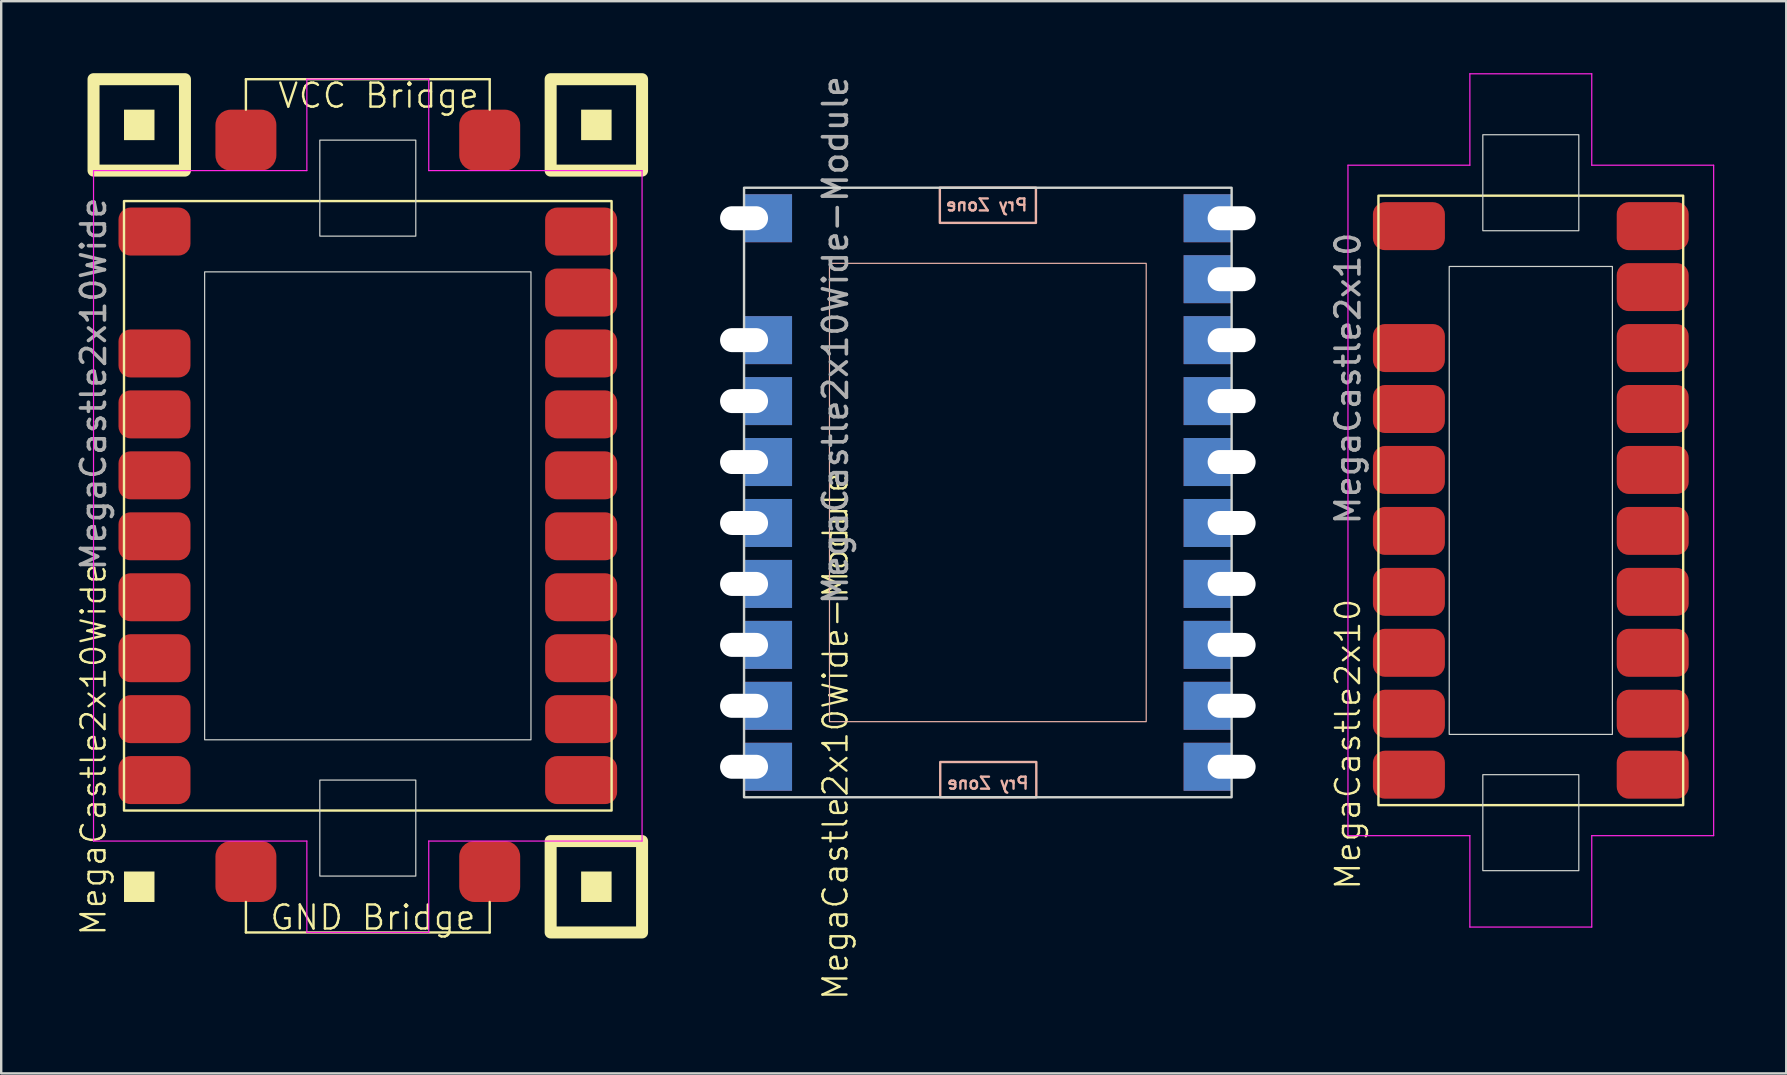
<source format=kicad_pcb>
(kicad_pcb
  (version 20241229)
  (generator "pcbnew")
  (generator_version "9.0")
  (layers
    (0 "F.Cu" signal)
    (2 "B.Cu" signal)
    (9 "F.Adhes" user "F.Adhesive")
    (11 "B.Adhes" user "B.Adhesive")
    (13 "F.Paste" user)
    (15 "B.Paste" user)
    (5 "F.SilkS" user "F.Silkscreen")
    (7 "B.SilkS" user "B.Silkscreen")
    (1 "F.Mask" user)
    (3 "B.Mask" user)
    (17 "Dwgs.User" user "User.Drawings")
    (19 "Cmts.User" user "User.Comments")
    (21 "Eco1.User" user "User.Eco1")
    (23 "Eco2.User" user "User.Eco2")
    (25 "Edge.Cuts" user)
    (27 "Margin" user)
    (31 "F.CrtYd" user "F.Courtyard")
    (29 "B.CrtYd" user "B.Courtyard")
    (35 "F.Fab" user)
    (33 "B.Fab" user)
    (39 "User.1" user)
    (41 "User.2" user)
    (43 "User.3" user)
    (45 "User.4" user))
  (footprint "MegaCastle2x10Wide-Module"
    (layer "F.Cu")
    (at 38.118 17.475)
    (property "Reference" "MegaCastle2x10Wide-Module" (at -6.35 10.16 90) (unlocked yes) (layer "F.SilkS") (effects (font (size 1 1) (thickness 0.1))))
    (attr smd)
    (fp_rect (start -6.6 9.55) (end 6.6 -9.55) (stroke (width 0.05) (type default)) (fill no) (layer "B.SilkS"))
    (fp_rect (start -2 -12.704) (end 2.004 -11.236) (stroke (width 0.1) (type default)) (fill no) (layer "B.SilkS"))
    (fp_rect (start -1.984 11.231) (end 2.02 12.7) (stroke (width 0.1) (type default)) (fill no) (layer "B.SilkS"))
    (fp_rect (start -10.16 -12.7) (end 10.16 12.7) (stroke (width 0.1) (type default)) (fill no) (layer "Edge.Cuts"))
    (fp_text user "Pry Zone" (at 1.756 12.409 0) (unlocked yes) (layer "B.SilkS") (effects (font (size 0.5 0.5) (thickness 0.1)) (justify left bottom mirror)))
    (fp_text user "Pry Zone" (at 1.705 -11.689 0) (unlocked yes) (layer "B.SilkS") (effects (font (size 0.5 0.5) (thickness 0.1)) (justify left bottom mirror)))
    (fp_text user "${REFERENCE}" (at -6.35 -6.35 90) (unlocked yes) (layer "F.Fab") (effects (font (size 1 1) (thickness 0.15))))
    (pad "1" thru_hole rect (at -10.16 -11.43) (size 2 2) (drill oval 2 1 (offset 1 0)) (property pad_prop_castellated) (layers "*.Cu" "*.Mask"))
    (pad "3" thru_hole rect (at -10.16 -6.35) (size 2 2) (drill oval 2 1 (offset 1 0)) (property pad_prop_castellated) (layers "*.Cu" "*.Mask"))
    (pad "4" thru_hole rect (at -10.16 -3.81) (size 2 2) (drill oval 2 1 (offset 1 0)) (property pad_prop_castellated) (layers "*.Cu" "*.Mask"))
    (pad "5" thru_hole rect (at -10.16 -1.27) (size 2 2) (drill oval 2 1 (offset 1 0)) (property pad_prop_castellated) (layers "*.Cu" "*.Mask"))
    (pad "6" thru_hole rect (at -10.16 1.27) (size 2 2) (drill oval 2 1 (offset 1 0)) (property pad_prop_castellated) (layers "*.Cu" "*.Mask"))
    (pad "7" thru_hole rect (at -10.16 3.81) (size 2 2) (drill oval 2 1 (offset 1 0)) (property pad_prop_castellated) (layers "*.Cu" "*.Mask"))
    (pad "8" thru_hole rect (at -10.16 6.35) (size 2 2) (drill oval 2 1 (offset 1 0)) (property pad_prop_castellated) (layers "*.Cu" "*.Mask"))
    (pad "9" thru_hole rect (at -10.16 8.89) (size 2 2) (drill oval 2 1 (offset 1 0)) (property pad_prop_castellated) (layers "*.Cu" "*.Mask"))
    (pad "10" thru_hole rect (at -10.16 11.43) (size 2 2) (drill oval 2 1 (offset 1 0)) (property pad_prop_castellated) (layers "*.Cu" "*.Mask"))
    (pad "11" thru_hole rect (at 10.16 -11.43) (size 2 2) (drill oval 2 1 (offset -1 0)) (property pad_prop_castellated) (layers "*.Cu" "*.Mask"))
    (pad "12" thru_hole rect (at 10.16 -8.89) (size 2 2) (drill oval 2 1 (offset -1 0)) (property pad_prop_castellated) (layers "*.Cu" "*.Mask"))
    (pad "13" thru_hole rect (at 10.16 -6.35) (size 2 2) (drill oval 2 1 (offset -1 0)) (property pad_prop_castellated) (layers "*.Cu" "*.Mask"))
    (pad "14" thru_hole rect (at 10.16 -3.81) (size 2 2) (drill oval 2 1 (offset -1 0)) (property pad_prop_castellated) (layers "*.Cu" "*.Mask"))
    (pad "15" thru_hole rect (at 10.16 -1.27) (size 2 2) (drill oval 2 1 (offset -1 0)) (property pad_prop_castellated) (layers "*.Cu" "*.Mask"))
    (pad "16" thru_hole rect (at 10.16 1.27) (size 2 2) (drill oval 2 1 (offset -1 0)) (property pad_prop_castellated) (layers "*.Cu" "*.Mask"))
    (pad "17" thru_hole rect (at 10.16 3.81) (size 2 2) (drill oval 2 1 (offset -1 0)) (property pad_prop_castellated) (layers "*.Cu" "*.Mask"))
    (pad "18" thru_hole rect (at 10.16 6.35) (size 2 2) (drill oval 2 1 (offset -1 0)) (property pad_prop_castellated) (layers "*.Cu" "*.Mask"))
    (pad "19" thru_hole rect (at 10.16 8.89) (size 2 2) (drill oval 2 1 (offset -1 0)) (property pad_prop_castellated) (layers "*.Cu" "*.Mask"))
    (pad "20" thru_hole rect (at 10.16 11.43) (size 2 2) (drill oval 2 1 (offset -1 0)) (property pad_prop_castellated) (layers "*.Cu" "*.Mask"))
    (zone (net_name "") (layer "B.Cu") (hatch edge 0.5) (connect_pads) (min_thickness 0.25) (filled_areas_thickness no) (keepout (tracks allowed) (vias allowed) (pads allowed) (copperpour allowed) (footprints not_allowed)) (placement (enabled no)) (fill) (polygon (pts (xy 27.958 29.905) (xy 28.222 7.718) (xy 29.958 7.719) (xy 29.958 29.905))))
    (zone (net_name "") (layer "B.Cu") (name "Upper Pry Zone") (hatch edge 0.5) (connect_pads) (min_thickness 0.25) (filled_areas_thickness no) (keepout (tracks not_allowed) (vias not_allowed) (pads not_allowed) (copperpour allowed) (footprints not_allowed)) (placement (enabled no)) (fill) (polygon (pts (xy 36.085 6.222) (xy 36.082 4.758) (xy 40.088 4.764) (xy 40.075 6.225))))
    (zone (net_name "") (layer "B.Cu") (name "Upper Pry Zone") (hatch edge 0.5) (connect_pads) (min_thickness 0.25) (filled_areas_thickness no) (keepout (tracks not_allowed) (vias not_allowed) (pads not_allowed) (copperpour allowed) (footprints not_allowed)) (placement (enabled no)) (fill) (polygon (pts (xy 36.12 30.173) (xy 36.117 28.71) (xy 40.123 28.716) (xy 40.111 30.177))))
    (zone (net_name "") (layer "B.Cu") (hatch edge 0.5) (connect_pads) (min_thickness 0.25) (filled_areas_thickness no) (keepout (tracks allowed) (vias allowed) (pads allowed) (copperpour allowed) (footprints not_allowed)) (placement (enabled no)) (fill) (polygon (pts (xy 46.014 29.772) (xy 46.278 7.585) (xy 48.014 7.585) (xy 48.014 29.772))))
    (zone (net_name "") (layer "B.Cu") (hatch edge 0.5) (connect_pads) (min_thickness 0.25) (filled_areas_thickness no) (keepout (tracks allowed) (vias allowed) (pads allowed) (copperpour allowed) (footprints not_allowed)) (placement (enabled no)) (fill) (polygon (pts (xy 48.308 14.539) (xy 48.34 7.74) (xy 46.614 7.727) (xy 46.604 14.549))))
    (zone (net_name "") (layer "B.Cu") (hatch edge 0.5) (connect_pads) (min_thickness 0.25) (filled_areas_thickness no) (keepout (tracks allowed) (vias allowed) (pads allowed) (copperpour allowed) (footprints not_allowed)) (placement (enabled no)) (fill) (polygon (pts (xy 48.308 27.239) (xy 48.34 20.44) (xy 46.614 20.427) (xy 46.604 27.249))))
    (zone (net_name "") (layer "B.Cu") (hatch edge 0.5) (connect_pads) (min_thickness 0.25) (filled_areas_thickness no) (keepout (tracks allowed) (vias allowed) (pads allowed) (copperpour allowed) (footprints not_allowed)) (placement (enabled no)) (fill) (polygon (pts (xy 28.209 30.179) (xy 28.222 27.221) (xy 48.01 27.247) (xy 48.027 30.193) (xy 40.123 30.164) (xy 40.11 28.704) (xy 36.12 28.707) (xy 36.117 30.17))))
    (zone (net_name "") (layer "B.Cu") (hatch edge 0.5) (connect_pads) (min_thickness 0.25) (filled_areas_thickness no) (keepout (tracks allowed) (vias allowed) (pads allowed) (copperpour allowed) (footprints not_allowed)) (placement (enabled no)) (fill) (polygon (pts (xy 28.209 4.76) (xy 28.222 7.718) (xy 48.01 7.693) (xy 48.027 4.747) (xy 40.123 4.776) (xy 40.11 6.236) (xy 36.12 6.233) (xy 36.117 4.77)))))
  (footprint "MegaCastle2x10"
    (layer "F.Cu")
    (at 60.746 17.805)
    (property "Reference" "MegaCastle2x10" (at -7.62 10.16 90) (unlocked yes) (layer "F.SilkS") (effects (font (size 1 1) (thickness 0.1))))
    (attr smd)
    (fp_rect (start -6.35 -12.7) (end 6.35 12.7) (stroke (width 0.1) (type default)) (fill no) (layer "F.SilkS"))
    (fp_rect (start -3.4 9.75) (end 3.4 -9.75) (stroke (width 0.05) (type default)) (fill no) (layer "Edge.Cuts"))
    (fp_rect (start -2 -15.24) (end 2 -11.24) (stroke (width 0.05) (type default)) (fill no) (layer "Edge.Cuts"))
    (fp_rect (start -2 15.43) (end 2 11.43) (stroke (width 0.05) (type default)) (fill no) (layer "Edge.Cuts"))
    (fp_line (start -7.62 -13.97) (end -7.62 13.97) (stroke (width 0.05) (type default)) (layer "F.CrtYd"))
    (fp_line (start -7.62 13.97) (end -2.54 13.97) (stroke (width 0.05) (type default)) (layer "F.CrtYd"))
    (fp_line (start -2.54 -17.78) (end -2.54 -13.97) (stroke (width 0.05) (type default)) (layer "F.CrtYd"))
    (fp_line (start -2.54 -13.97) (end -7.62 -13.97) (stroke (width 0.05) (type default)) (layer "F.CrtYd"))
    (fp_line (start -2.54 13.97) (end -2.54 17.78) (stroke (width 0.05) (type default)) (layer "F.CrtYd"))
    (fp_line (start -2.54 17.78) (end 2.54 17.78) (stroke (width 0.05) (type default)) (layer "F.CrtYd"))
    (fp_line (start 2.54 -17.78) (end -2.54 -17.78) (stroke (width 0.05) (type default)) (layer "F.CrtYd"))
    (fp_line (start 2.54 -13.97) (end 2.54 -17.78) (stroke (width 0.05) (type default)) (layer "F.CrtYd"))
    (fp_line (start 2.54 13.97) (end 7.62 13.97) (stroke (width 0.05) (type default)) (layer "F.CrtYd"))
    (fp_line (start 2.54 17.78) (end 2.54 13.97) (stroke (width 0.05) (type default)) (layer "F.CrtYd"))
    (fp_line (start 7.62 -13.97) (end 2.54 -13.97) (stroke (width 0.05) (type default)) (layer "F.CrtYd"))
    (fp_line (start 7.62 13.97) (end 7.62 -13.97) (stroke (width 0.05) (type default)) (layer "F.CrtYd"))
    (fp_text user "${REFERENCE}" (at -7.62 -5.08 90) (unlocked yes) (layer "F.Fab") (effects (font (size 1 1) (thickness 0.15))))
    (pad "1" smd roundrect (at -5.08 -11.43) (size 3 2) (layers "F.Cu" "F.Mask" "F.Paste") (roundrect_rratio 0.25))
    (pad "3" smd roundrect (at -5.08 -6.35) (size 3 2) (layers "F.Cu" "F.Mask" "F.Paste") (roundrect_rratio 0.25))
    (pad "4" smd roundrect (at -5.08 -3.81) (size 3 2) (layers "F.Cu" "F.Mask" "F.Paste") (roundrect_rratio 0.25))
    (pad "5" smd roundrect (at -5.08 -1.27) (size 3 2) (layers "F.Cu" "F.Mask" "F.Paste") (roundrect_rratio 0.25))
    (pad "6" smd roundrect (at -5.08 1.27) (size 3 2) (layers "F.Cu" "F.Mask" "F.Paste") (roundrect_rratio 0.25))
    (pad "7" smd roundrect (at -5.08 3.81) (size 3 2) (layers "F.Cu" "F.Mask" "F.Paste") (roundrect_rratio 0.25))
    (pad "8" smd roundrect (at -5.08 6.35) (size 3 2) (layers "F.Cu" "F.Mask" "F.Paste") (roundrect_rratio 0.25))
    (pad "9" smd roundrect (at -5.08 8.89) (size 3 2) (layers "F.Cu" "F.Mask" "F.Paste") (roundrect_rratio 0.25))
    (pad "10" smd roundrect (at -5.08 11.43) (size 3 2) (layers "F.Cu" "F.Mask" "F.Paste") (roundrect_rratio 0.25))
    (pad "11" smd roundrect (at 5.08 -11.43) (size 3 2) (layers "F.Cu" "F.Mask" "F.Paste") (roundrect_rratio 0.25))
    (pad "12" smd roundrect (at 5.08 -8.89) (size 3 2) (layers "F.Cu" "F.Mask" "F.Paste") (roundrect_rratio 0.25))
    (pad "13" smd roundrect (at 5.08 -6.35) (size 3 2) (layers "F.Cu" "F.Mask" "F.Paste") (roundrect_rratio 0.25))
    (pad "14" smd roundrect (at 5.08 -3.81) (size 3 2) (layers "F.Cu" "F.Mask" "F.Paste") (roundrect_rratio 0.25))
    (pad "15" smd roundrect (at 5.08 -1.27) (size 3 2) (layers "F.Cu" "F.Mask" "F.Paste") (roundrect_rratio 0.25))
    (pad "16" smd roundrect (at 5.08 1.27) (size 3 2) (layers "F.Cu" "F.Mask" "F.Paste") (roundrect_rratio 0.25))
    (pad "17" smd roundrect (at 5.08 3.81) (size 3 2) (layers "F.Cu" "F.Mask" "F.Paste") (roundrect_rratio 0.25))
    (pad "18" smd roundrect (at 5.08 6.35) (size 3 2) (layers "F.Cu" "F.Mask" "F.Paste") (roundrect_rratio 0.25))
    (pad "19" smd roundrect (at 5.08 8.89) (size 3 2) (layers "F.Cu" "F.Mask" "F.Paste") (roundrect_rratio 0.25))
    (pad "20" smd roundrect (at 5.08 11.43) (size 3 2) (layers "F.Cu" "F.Mask" "F.Paste") (roundrect_rratio 0.25)))
  (footprint "MegaCastle2x10Wide"
    (layer "F.Cu")
    (at 12.278 18.03)
    (property "Reference" "MegaCastle2x10Wide" (at -11.43 10.16 90) (unlocked yes) (layer "F.SilkS") (effects (font (size 1 1) (thickness 0.1))))
    (attr smd)
    (fp_line (start -5.08 -17.78) (end 5.08 -17.78) (stroke (width 0.1) (type default)) (layer "F.SilkS"))
    (fp_line (start -5.08 -16.51) (end -5.08 -17.78) (stroke (width 0.1) (type default)) (layer "F.SilkS"))
    (fp_line (start -5.08 16.51) (end -5.08 17.78) (stroke (width 0.1) (type default)) (layer "F.SilkS"))
    (fp_line (start -5.08 17.78) (end 5.08 17.78) (stroke (width 0.1) (type default)) (layer "F.SilkS"))
    (fp_line (start 5.08 -17.78) (end 5.08 -16.51) (stroke (width 0.1) (type default)) (layer "F.SilkS"))
    (fp_line (start 5.08 17.78) (end 5.08 16.51) (stroke (width 0.1) (type default)) (layer "F.SilkS"))
    (fp_rect (start -11.43 -17.78) (end -7.62 -13.97) (stroke (width 0.5) (type default)) (fill no) (layer "F.SilkS"))
    (fp_rect (start -10.16 -16.51) (end -8.89 -15.24) (stroke (width 0) (type solid)) (fill yes) (layer "F.SilkS"))
    (fp_rect (start -10.16 -12.7) (end 10.16 12.7) (stroke (width 0.1) (type default)) (fill no) (layer "F.SilkS"))
    (fp_rect (start -10.16 15.24) (end -8.89 16.51) (stroke (width 0) (type solid)) (fill yes) (layer "F.SilkS"))
    (fp_rect (start 7.62 -17.78) (end 11.43 -13.97) (stroke (width 0.5) (type default)) (fill no) (layer "F.SilkS"))
    (fp_rect (start 7.62 13.97) (end 11.43 17.78) (stroke (width 0.5) (type default)) (fill no) (layer "F.SilkS"))
    (fp_rect (start 8.89 -16.51) (end 10.16 -15.24) (stroke (width 0) (type solid)) (fill yes) (layer "F.SilkS"))
    (fp_rect (start 8.89 15.24) (end 10.16 16.51) (stroke (width 0) (type solid)) (fill yes) (layer "F.SilkS"))
    (fp_rect (start -6.8 9.75) (end 6.8 -9.75) (stroke (width 0.05) (type default)) (fill no) (layer "Edge.Cuts"))
    (fp_rect (start -2 -15.24) (end 2 -11.24) (stroke (width 0.05) (type default)) (fill no) (layer "Edge.Cuts"))
    (fp_rect (start -2 15.43) (end 2 11.43) (stroke (width 0.05) (type default)) (fill no) (layer "Edge.Cuts"))
    (fp_line (start -11.43 -13.97) (end -11.43 13.97) (stroke (width 0.05) (type default)) (layer "F.CrtYd"))
    (fp_line (start -11.43 13.97) (end -2.54 13.97) (stroke (width 0.05) (type default)) (layer "F.CrtYd"))
    (fp_line (start -2.54 -17.78) (end -2.54 -13.97) (stroke (width 0.05) (type default)) (layer "F.CrtYd"))
    (fp_line (start -2.54 -13.97) (end -11.43 -13.97) (stroke (width 0.05) (type default)) (layer "F.CrtYd"))
    (fp_line (start -2.54 13.97) (end -2.54 17.78) (stroke (width 0.05) (type default)) (layer "F.CrtYd"))
    (fp_line (start -2.54 17.78) (end 2.54 17.78) (stroke (width 0.05) (type default)) (layer "F.CrtYd"))
    (fp_line (start 2.54 -17.78) (end -2.54 -17.78) (stroke (width 0.05) (type default)) (layer "F.CrtYd"))
    (fp_line (start 2.54 -13.97) (end 2.54 -17.78) (stroke (width 0.05) (type default)) (layer "F.CrtYd"))
    (fp_line (start 2.54 13.97) (end 11.43 13.97) (stroke (width 0.05) (type default)) (layer "F.CrtYd"))
    (fp_line (start 2.54 17.78) (end 2.54 13.97) (stroke (width 0.05) (type default)) (layer "F.CrtYd"))
    (fp_line (start 11.43 -13.97) (end 2.54 -13.97) (stroke (width 0.05) (type default)) (layer "F.CrtYd"))
    (fp_line (start 11.43 13.97) (end 11.43 -13.97) (stroke (width 0.05) (type default)) (layer "F.CrtYd"))
    (fp_text user "GND Bridge" (at -4.138 17.742 0) (unlocked yes) (layer "F.SilkS") (effects (font (size 1 1) (thickness 0.1)) (justify left bottom)))
    (fp_text user "VCC Bridge" (at -3.81 -16.51 0) (unlocked yes) (layer "F.SilkS") (effects (font (size 1 1) (thickness 0.1)) (justify left bottom)))
    (fp_text user "${REFERENCE}" (at -11.43 -5.08 90) (unlocked yes) (layer "F.Fab") (effects (font (size 1 1) (thickness 0.15))))
    (pad "1" smd roundrect (at -8.89 -11.43) (size 3 2) (layers "F.Cu" "F.Mask" "F.Paste") (roundrect_rratio 0.25))
    (pad "3" smd roundrect (at -8.89 -6.35) (size 3 2) (layers "F.Cu" "F.Mask" "F.Paste") (roundrect_rratio 0.25))
    (pad "4" smd roundrect (at -8.89 -3.81) (size 3 2) (layers "F.Cu" "F.Mask" "F.Paste") (roundrect_rratio 0.25))
    (pad "5" smd roundrect (at -8.89 -1.27) (size 3 2) (layers "F.Cu" "F.Mask" "F.Paste") (roundrect_rratio 0.25))
    (pad "6" smd roundrect (at -8.89 1.27) (size 3 2) (layers "F.Cu" "F.Mask" "F.Paste") (roundrect_rratio 0.25))
    (pad "7" smd roundrect (at -8.89 3.81) (size 3 2) (layers "F.Cu" "F.Mask" "F.Paste") (roundrect_rratio 0.25))
    (pad "8" smd roundrect (at -8.89 6.35) (size 3 2) (layers "F.Cu" "F.Mask" "F.Paste") (roundrect_rratio 0.25))
    (pad "9" smd roundrect (at -8.89 8.89) (size 3 2) (layers "F.Cu" "F.Mask" "F.Paste") (roundrect_rratio 0.25))
    (pad "10" smd roundrect (at -8.89 11.43) (size 3 2) (layers "F.Cu" "F.Mask" "F.Paste") (roundrect_rratio 0.25))
    (pad "11" smd roundrect (at 8.89 -11.43) (size 3 2) (layers "F.Cu" "F.Mask" "F.Paste") (roundrect_rratio 0.25))
    (pad "12" smd roundrect (at 8.89 -8.89) (size 3 2) (layers "F.Cu" "F.Mask" "F.Paste") (roundrect_rratio 0.25))
    (pad "13" smd roundrect (at 8.89 -6.35) (size 3 2) (layers "F.Cu" "F.Mask" "F.Paste") (roundrect_rratio 0.25))
    (pad "14" smd roundrect (at 8.89 -3.81) (size 3 2) (layers "F.Cu" "F.Mask" "F.Paste") (roundrect_rratio 0.25))
    (pad "15" smd roundrect (at 8.89 -1.27) (size 3 2) (layers "F.Cu" "F.Mask" "F.Paste") (roundrect_rratio 0.25))
    (pad "16" smd roundrect (at 8.89 1.27) (size 3 2) (layers "F.Cu" "F.Mask" "F.Paste") (roundrect_rratio 0.25))
    (pad "17" smd roundrect (at 8.89 3.81) (size 3 2) (layers "F.Cu" "F.Mask" "F.Paste") (roundrect_rratio 0.25))
    (pad "18" smd roundrect (at 8.89 6.35) (size 3 2) (layers "F.Cu" "F.Mask" "F.Paste") (roundrect_rratio 0.25))
    (pad "19" smd roundrect (at 8.89 8.89) (size 3 2) (layers "F.Cu" "F.Mask" "F.Paste") (roundrect_rratio 0.25))
    (pad "20" smd roundrect (at 8.89 11.43) (size 3 2) (layers "F.Cu" "F.Mask" "F.Paste") (roundrect_rratio 0.25))
    (pad "A1" smd roundrect (at -5.08 -15.24) (size 2.54 2.54) (layers "F.Cu" "F.Mask" "F.Paste") (roundrect_rratio 0.25))
    (pad "A2" smd roundrect (at 5.08 -15.24) (size 2.54 2.54) (layers "F.Cu" "F.Mask" "F.Paste") (roundrect_rratio 0.25))
    (pad "B1" smd roundrect (at -5.08 15.24) (size 2.54 2.54) (layers "F.Cu" "F.Mask" "F.Paste") (roundrect_rratio 0.25))
    (pad "B2" smd roundrect (at 5.08 15.24) (size 2.54 2.54) (layers "F.Cu" "F.Mask" "F.Paste") (roundrect_rratio 0.25)))
  (gr_rect
    (start -3 -3)
    (end 71.391 41.685)
    (stroke (width 0.1) (type default))
    (fill no)
    (layer "Edge.Cuts")))
</source>
